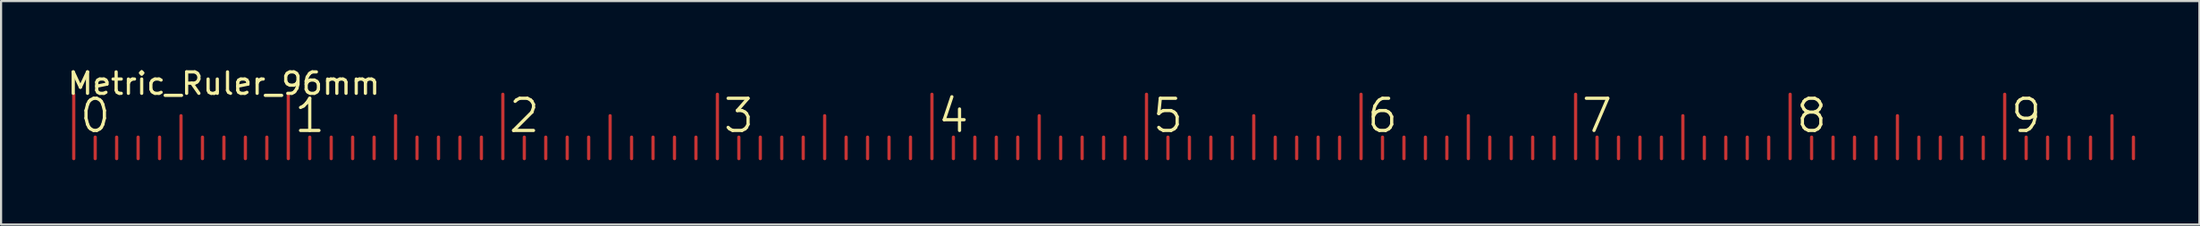
<source format=kicad_pcb>
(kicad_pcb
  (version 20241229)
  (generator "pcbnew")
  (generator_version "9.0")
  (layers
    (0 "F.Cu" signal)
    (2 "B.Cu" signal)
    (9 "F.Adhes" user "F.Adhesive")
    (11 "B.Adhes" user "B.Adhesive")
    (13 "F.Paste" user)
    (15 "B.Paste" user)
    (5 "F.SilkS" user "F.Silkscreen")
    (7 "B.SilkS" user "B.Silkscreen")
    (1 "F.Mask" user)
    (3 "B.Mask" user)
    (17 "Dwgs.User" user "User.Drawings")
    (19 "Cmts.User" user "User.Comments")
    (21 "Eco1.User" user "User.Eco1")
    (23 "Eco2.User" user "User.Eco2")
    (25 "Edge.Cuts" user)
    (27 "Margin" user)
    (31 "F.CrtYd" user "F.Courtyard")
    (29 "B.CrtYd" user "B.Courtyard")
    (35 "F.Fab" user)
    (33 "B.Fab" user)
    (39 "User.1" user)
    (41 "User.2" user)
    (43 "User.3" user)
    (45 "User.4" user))
  (footprint "Metric_Ruler_96mm"
    (layer "F.Cu")
    (at 7.387 0.348)
    (property "Reference" "Metric_Ruler_96mm" (at 0 0.5 0) (layer "F.SilkS") (effects (font (size 1 1) (thickness 0.15))))
    (attr through_hole)
    (fp_line (start -7 4) (end -7 1) (stroke (width 0.15) (type solid)) (layer "F.Cu"))
    (fp_line (start -6 4) (end -6 3) (stroke (width 0.15) (type solid)) (layer "F.Cu"))
    (fp_line (start -5 4) (end -5 3) (stroke (width 0.15) (type solid)) (layer "F.Cu"))
    (fp_line (start -4 4) (end -4 3) (stroke (width 0.15) (type solid)) (layer "F.Cu"))
    (fp_line (start -3 4) (end -3 3) (stroke (width 0.15) (type solid)) (layer "F.Cu"))
    (fp_line (start -2 4) (end -2 2) (stroke (width 0.15) (type solid)) (layer "F.Cu"))
    (fp_line (start -1 4) (end -1 3) (stroke (width 0.15) (type solid)) (layer "F.Cu"))
    (fp_line (start 0 4) (end 0 3) (stroke (width 0.15) (type solid)) (layer "F.Cu"))
    (fp_line (start 1 4) (end 1 3) (stroke (width 0.15) (type solid)) (layer "F.Cu"))
    (fp_line (start 2 4) (end 2 3) (stroke (width 0.15) (type solid)) (layer "F.Cu"))
    (fp_line (start 3 4) (end 3 1) (stroke (width 0.15) (type solid)) (layer "F.Cu"))
    (fp_line (start 4 4) (end 4 3) (stroke (width 0.15) (type solid)) (layer "F.Cu"))
    (fp_line (start 5 4) (end 5 3) (stroke (width 0.15) (type solid)) (layer "F.Cu"))
    (fp_line (start 6 4) (end 6 3) (stroke (width 0.15) (type solid)) (layer "F.Cu"))
    (fp_line (start 7 4) (end 7 3) (stroke (width 0.15) (type solid)) (layer "F.Cu"))
    (fp_line (start 8 4) (end 8 2) (stroke (width 0.15) (type solid)) (layer "F.Cu"))
    (fp_line (start 9 4) (end 9 3) (stroke (width 0.15) (type solid)) (layer "F.Cu"))
    (fp_line (start 10 4) (end 10 3) (stroke (width 0.15) (type solid)) (layer "F.Cu"))
    (fp_line (start 11 4) (end 11 3) (stroke (width 0.15) (type solid)) (layer "F.Cu"))
    (fp_line (start 12 4) (end 12 3) (stroke (width 0.15) (type solid)) (layer "F.Cu"))
    (fp_line (start 13 4) (end 13 1) (stroke (width 0.15) (type solid)) (layer "F.Cu"))
    (fp_line (start 14 4) (end 14 3) (stroke (width 0.15) (type solid)) (layer "F.Cu"))
    (fp_line (start 15 4) (end 15 3) (stroke (width 0.15) (type solid)) (layer "F.Cu"))
    (fp_line (start 16 4) (end 16 3) (stroke (width 0.15) (type solid)) (layer "F.Cu"))
    (fp_line (start 17 4) (end 17 3) (stroke (width 0.15) (type solid)) (layer "F.Cu"))
    (fp_line (start 18 4) (end 18 2) (stroke (width 0.15) (type solid)) (layer "F.Cu"))
    (fp_line (start 19 4) (end 19 3) (stroke (width 0.15) (type solid)) (layer "F.Cu"))
    (fp_line (start 20 4) (end 20 3) (stroke (width 0.15) (type solid)) (layer "F.Cu"))
    (fp_line (start 21 4) (end 21 3) (stroke (width 0.15) (type solid)) (layer "F.Cu"))
    (fp_line (start 22 4) (end 22 3) (stroke (width 0.15) (type solid)) (layer "F.Cu"))
    (fp_line (start 23 4) (end 23 1) (stroke (width 0.15) (type solid)) (layer "F.Cu"))
    (fp_line (start 24 4) (end 24 3) (stroke (width 0.15) (type solid)) (layer "F.Cu"))
    (fp_line (start 25 4) (end 25 3) (stroke (width 0.15) (type solid)) (layer "F.Cu"))
    (fp_line (start 26 4) (end 26 3) (stroke (width 0.15) (type solid)) (layer "F.Cu"))
    (fp_line (start 27 4) (end 27 3) (stroke (width 0.15) (type solid)) (layer "F.Cu"))
    (fp_line (start 28 4) (end 28 2) (stroke (width 0.15) (type solid)) (layer "F.Cu"))
    (fp_line (start 29 4) (end 29 3) (stroke (width 0.15) (type solid)) (layer "F.Cu"))
    (fp_line (start 30 4) (end 30 3) (stroke (width 0.15) (type solid)) (layer "F.Cu"))
    (fp_line (start 31 4) (end 31 3) (stroke (width 0.15) (type solid)) (layer "F.Cu"))
    (fp_line (start 32 4) (end 32 3) (stroke (width 0.15) (type solid)) (layer "F.Cu"))
    (fp_line (start 33 4) (end 33 1) (stroke (width 0.15) (type solid)) (layer "F.Cu"))
    (fp_line (start 34 4) (end 34 3) (stroke (width 0.15) (type solid)) (layer "F.Cu"))
    (fp_line (start 35 4) (end 35 3) (stroke (width 0.15) (type solid)) (layer "F.Cu"))
    (fp_line (start 36 4) (end 36 3) (stroke (width 0.15) (type solid)) (layer "F.Cu"))
    (fp_line (start 37 4) (end 37 3) (stroke (width 0.15) (type solid)) (layer "F.Cu"))
    (fp_line (start 38 4) (end 38 2) (stroke (width 0.15) (type solid)) (layer "F.Cu"))
    (fp_line (start 39 4) (end 39 3) (stroke (width 0.15) (type solid)) (layer "F.Cu"))
    (fp_line (start 40 4) (end 40 3) (stroke (width 0.15) (type solid)) (layer "F.Cu"))
    (fp_line (start 41 4) (end 41 3) (stroke (width 0.15) (type solid)) (layer "F.Cu"))
    (fp_line (start 42 4) (end 42 3) (stroke (width 0.15) (type solid)) (layer "F.Cu"))
    (fp_line (start 43 4) (end 43 1) (stroke (width 0.15) (type solid)) (layer "F.Cu"))
    (fp_line (start 44 4) (end 44 3) (stroke (width 0.15) (type solid)) (layer "F.Cu"))
    (fp_line (start 45 4) (end 45 3) (stroke (width 0.15) (type solid)) (layer "F.Cu"))
    (fp_line (start 46 4) (end 46 3) (stroke (width 0.15) (type solid)) (layer "F.Cu"))
    (fp_line (start 47 4) (end 47 3) (stroke (width 0.15) (type solid)) (layer "F.Cu"))
    (fp_line (start 48 4) (end 48 2) (stroke (width 0.15) (type solid)) (layer "F.Cu"))
    (fp_line (start 49 4) (end 49 3) (stroke (width 0.15) (type solid)) (layer "F.Cu"))
    (fp_line (start 50 4) (end 50 3) (stroke (width 0.15) (type solid)) (layer "F.Cu"))
    (fp_line (start 51 4) (end 51 3) (stroke (width 0.15) (type solid)) (layer "F.Cu"))
    (fp_line (start 52 4) (end 52 3) (stroke (width 0.15) (type solid)) (layer "F.Cu"))
    (fp_line (start 53 4) (end 53 1) (stroke (width 0.15) (type solid)) (layer "F.Cu"))
    (fp_line (start 54 4) (end 54 3) (stroke (width 0.15) (type solid)) (layer "F.Cu"))
    (fp_line (start 55 4) (end 55 3) (stroke (width 0.15) (type solid)) (layer "F.Cu"))
    (fp_line (start 56 4) (end 56 3) (stroke (width 0.15) (type solid)) (layer "F.Cu"))
    (fp_line (start 57 4) (end 57 3) (stroke (width 0.15) (type solid)) (layer "F.Cu"))
    (fp_line (start 58 4) (end 58 2) (stroke (width 0.15) (type solid)) (layer "F.Cu"))
    (fp_line (start 59 4) (end 59 3) (stroke (width 0.15) (type solid)) (layer "F.Cu"))
    (fp_line (start 60 4) (end 60 3) (stroke (width 0.15) (type solid)) (layer "F.Cu"))
    (fp_line (start 61 4) (end 61 3) (stroke (width 0.15) (type solid)) (layer "F.Cu"))
    (fp_line (start 62 4) (end 62 3) (stroke (width 0.15) (type solid)) (layer "F.Cu"))
    (fp_line (start 63 4) (end 63 1) (stroke (width 0.15) (type solid)) (layer "F.Cu"))
    (fp_line (start 64 4) (end 64 3) (stroke (width 0.15) (type solid)) (layer "F.Cu"))
    (fp_line (start 65 4) (end 65 3) (stroke (width 0.15) (type solid)) (layer "F.Cu"))
    (fp_line (start 66 4) (end 66 3) (stroke (width 0.15) (type solid)) (layer "F.Cu"))
    (fp_line (start 67 4) (end 67 3) (stroke (width 0.15) (type solid)) (layer "F.Cu"))
    (fp_line (start 68 4) (end 68 2) (stroke (width 0.15) (type solid)) (layer "F.Cu"))
    (fp_line (start 69 4) (end 69 3) (stroke (width 0.15) (type solid)) (layer "F.Cu"))
    (fp_line (start 70 4) (end 70 3) (stroke (width 0.15) (type solid)) (layer "F.Cu"))
    (fp_line (start 71 4) (end 71 3) (stroke (width 0.15) (type solid)) (layer "F.Cu"))
    (fp_line (start 72 4) (end 72 3) (stroke (width 0.15) (type solid)) (layer "F.Cu"))
    (fp_line (start 73 4) (end 73 1) (stroke (width 0.15) (type solid)) (layer "F.Cu"))
    (fp_line (start 74 4) (end 74 3) (stroke (width 0.15) (type solid)) (layer "F.Cu"))
    (fp_line (start 75 4) (end 75 3) (stroke (width 0.15) (type solid)) (layer "F.Cu"))
    (fp_line (start 76 4) (end 76 3) (stroke (width 0.15) (type solid)) (layer "F.Cu"))
    (fp_line (start 77 4) (end 77 3) (stroke (width 0.15) (type solid)) (layer "F.Cu"))
    (fp_line (start 78 4) (end 78 2) (stroke (width 0.15) (type solid)) (layer "F.Cu"))
    (fp_line (start 79 4) (end 79 3) (stroke (width 0.15) (type solid)) (layer "F.Cu"))
    (fp_line (start 80 4) (end 80 3) (stroke (width 0.15) (type solid)) (layer "F.Cu"))
    (fp_line (start 81 4) (end 81 3) (stroke (width 0.15) (type solid)) (layer "F.Cu"))
    (fp_line (start 82 4) (end 82 3) (stroke (width 0.15) (type solid)) (layer "F.Cu"))
    (fp_line (start 83 4) (end 83 1) (stroke (width 0.15) (type solid)) (layer "F.Cu"))
    (fp_line (start 84 4) (end 84 3) (stroke (width 0.15) (type solid)) (layer "F.Cu"))
    (fp_line (start 85 4) (end 85 3) (stroke (width 0.15) (type solid)) (layer "F.Cu"))
    (fp_line (start 86 4) (end 86 3) (stroke (width 0.15) (type solid)) (layer "F.Cu"))
    (fp_line (start 87 4) (end 87 3) (stroke (width 0.15) (type solid)) (layer "F.Cu"))
    (fp_line (start 88 4) (end 88 2) (stroke (width 0.15) (type solid)) (layer "F.Cu"))
    (fp_line (start 89 4) (end 89 3) (stroke (width 0.15) (type solid)) (layer "F.Cu"))
    (fp_line (start -7 1) (end -7 1) (stroke (width 0.15) (type solid)) (layer "F.Mask"))
    (fp_line (start -7 4) (end -7 1) (stroke (width 0.15) (type solid)) (layer "F.Mask"))
    (fp_line (start -6 4) (end -6 3) (stroke (width 0.15) (type solid)) (layer "F.Mask"))
    (fp_line (start -5 4) (end -5 3) (stroke (width 0.15) (type solid)) (layer "F.Mask"))
    (fp_line (start -4 4) (end -4 3) (stroke (width 0.15) (type solid)) (layer "F.Mask"))
    (fp_line (start -3 4) (end -3 3) (stroke (width 0.15) (type solid)) (layer "F.Mask"))
    (fp_line (start -2 4) (end -2 2) (stroke (width 0.15) (type solid)) (layer "F.Mask"))
    (fp_line (start -1 4) (end -1 3) (stroke (width 0.15) (type solid)) (layer "F.Mask"))
    (fp_line (start 0 4) (end 0 3) (stroke (width 0.15) (type solid)) (layer "F.Mask"))
    (fp_line (start 1 4) (end 1 3) (stroke (width 0.15) (type solid)) (layer "F.Mask"))
    (fp_line (start 2 4) (end 2 3) (stroke (width 0.15) (type solid)) (layer "F.Mask"))
    (fp_line (start 3 4) (end 3 1) (stroke (width 0.15) (type solid)) (layer "F.Mask"))
    (fp_line (start 4 4) (end 4 3) (stroke (width 0.15) (type solid)) (layer "F.Mask"))
    (fp_line (start 5 4) (end 5 3) (stroke (width 0.15) (type solid)) (layer "F.Mask"))
    (fp_line (start 6 4) (end 6 3) (stroke (width 0.15) (type solid)) (layer "F.Mask"))
    (fp_line (start 7 4) (end 7 3) (stroke (width 0.15) (type solid)) (layer "F.Mask"))
    (fp_line (start 8 4) (end 8 2) (stroke (width 0.15) (type solid)) (layer "F.Mask"))
    (fp_line (start 9 4) (end 9 3) (stroke (width 0.15) (type solid)) (layer "F.Mask"))
    (fp_line (start 10 4) (end 10 3) (stroke (width 0.15) (type solid)) (layer "F.Mask"))
    (fp_line (start 11 4) (end 11 3) (stroke (width 0.15) (type solid)) (layer "F.Mask"))
    (fp_line (start 12 4) (end 12 3) (stroke (width 0.15) (type solid)) (layer "F.Mask"))
    (fp_line (start 13 4) (end 13 1) (stroke (width 0.15) (type solid)) (layer "F.Mask"))
    (fp_line (start 14 4) (end 14 3) (stroke (width 0.15) (type solid)) (layer "F.Mask"))
    (fp_line (start 15 4) (end 15 3) (stroke (width 0.15) (type solid)) (layer "F.Mask"))
    (fp_line (start 16 4) (end 16 3) (stroke (width 0.15) (type solid)) (layer "F.Mask"))
    (fp_line (start 17 4) (end 17 3) (stroke (width 0.15) (type solid)) (layer "F.Mask"))
    (fp_line (start 18 4) (end 18 2) (stroke (width 0.15) (type solid)) (layer "F.Mask"))
    (fp_line (start 19 4) (end 19 3) (stroke (width 0.15) (type solid)) (layer "F.Mask"))
    (fp_line (start 20 4) (end 20 3) (stroke (width 0.15) (type solid)) (layer "F.Mask"))
    (fp_line (start 21 4) (end 21 3) (stroke (width 0.15) (type solid)) (layer "F.Mask"))
    (fp_line (start 22 4) (end 22 3) (stroke (width 0.15) (type solid)) (layer "F.Mask"))
    (fp_line (start 23 4) (end 23 1) (stroke (width 0.15) (type solid)) (layer "F.Mask"))
    (fp_line (start 24 4) (end 24 3) (stroke (width 0.15) (type solid)) (layer "F.Mask"))
    (fp_line (start 25 4) (end 25 3) (stroke (width 0.15) (type solid)) (layer "F.Mask"))
    (fp_line (start 26 4) (end 26 3) (stroke (width 0.15) (type solid)) (layer "F.Mask"))
    (fp_line (start 27 4) (end 27 3) (stroke (width 0.15) (type solid)) (layer "F.Mask"))
    (fp_line (start 28 4) (end 28 2) (stroke (width 0.15) (type solid)) (layer "F.Mask"))
    (fp_line (start 29 4) (end 29 3) (stroke (width 0.15) (type solid)) (layer "F.Mask"))
    (fp_line (start 30 4) (end 30 3) (stroke (width 0.15) (type solid)) (layer "F.Mask"))
    (fp_line (start 31 4) (end 31 3) (stroke (width 0.15) (type solid)) (layer "F.Mask"))
    (fp_line (start 32 4) (end 32 3) (stroke (width 0.15) (type solid)) (layer "F.Mask"))
    (fp_line (start 33 4) (end 33 1) (stroke (width 0.15) (type solid)) (layer "F.Mask"))
    (fp_line (start 34 4) (end 34 3) (stroke (width 0.15) (type solid)) (layer "F.Mask"))
    (fp_line (start 35 4) (end 35 3) (stroke (width 0.15) (type solid)) (layer "F.Mask"))
    (fp_line (start 36 4) (end 36 3) (stroke (width 0.15) (type solid)) (layer "F.Mask"))
    (fp_line (start 37 4) (end 37 3) (stroke (width 0.15) (type solid)) (layer "F.Mask"))
    (fp_line (start 38 4) (end 38 2) (stroke (width 0.15) (type solid)) (layer "F.Mask"))
    (fp_line (start 39 4) (end 39 3) (stroke (width 0.15) (type solid)) (layer "F.Mask"))
    (fp_line (start 40 4) (end 40 3) (stroke (width 0.15) (type solid)) (layer "F.Mask"))
    (fp_line (start 41 4) (end 41 3) (stroke (width 0.15) (type solid)) (layer "F.Mask"))
    (fp_line (start 42 4) (end 42 3) (stroke (width 0.15) (type solid)) (layer "F.Mask"))
    (fp_line (start 43 4) (end 43 1) (stroke (width 0.15) (type solid)) (layer "F.Mask"))
    (fp_line (start 44 4) (end 44 3) (stroke (width 0.15) (type solid)) (layer "F.Mask"))
    (fp_line (start 45 4) (end 45 3) (stroke (width 0.15) (type solid)) (layer "F.Mask"))
    (fp_line (start 46 4) (end 46 3) (stroke (width 0.15) (type solid)) (layer "F.Mask"))
    (fp_line (start 47 4) (end 47 3) (stroke (width 0.15) (type solid)) (layer "F.Mask"))
    (fp_line (start 48 4) (end 48 2) (stroke (width 0.15) (type solid)) (layer "F.Mask"))
    (fp_line (start 49 4) (end 49 3) (stroke (width 0.15) (type solid)) (layer "F.Mask"))
    (fp_line (start 50 4) (end 50 3) (stroke (width 0.15) (type solid)) (layer "F.Mask"))
    (fp_line (start 51 4) (end 51 3) (stroke (width 0.15) (type solid)) (layer "F.Mask"))
    (fp_line (start 52 4) (end 52 3) (stroke (width 0.15) (type solid)) (layer "F.Mask"))
    (fp_line (start 53 4) (end 53 1) (stroke (width 0.15) (type solid)) (layer "F.Mask"))
    (fp_line (start 54 4) (end 54 3) (stroke (width 0.15) (type solid)) (layer "F.Mask"))
    (fp_line (start 55 4) (end 55 3) (stroke (width 0.15) (type solid)) (layer "F.Mask"))
    (fp_line (start 56 4) (end 56 3) (stroke (width 0.15) (type solid)) (layer "F.Mask"))
    (fp_line (start 57 4) (end 57 3) (stroke (width 0.15) (type solid)) (layer "F.Mask"))
    (fp_line (start 58 4) (end 58 2) (stroke (width 0.15) (type solid)) (layer "F.Mask"))
    (fp_line (start 59 4) (end 59 3) (stroke (width 0.15) (type solid)) (layer "F.Mask"))
    (fp_line (start 60 4) (end 60 3) (stroke (width 0.15) (type solid)) (layer "F.Mask"))
    (fp_line (start 61 4) (end 61 3) (stroke (width 0.15) (type solid)) (layer "F.Mask"))
    (fp_line (start 62 4) (end 62 3) (stroke (width 0.15) (type solid)) (layer "F.Mask"))
    (fp_line (start 63 4) (end 63 1) (stroke (width 0.15) (type solid)) (layer "F.Mask"))
    (fp_line (start 64 4) (end 64 3) (stroke (width 0.15) (type solid)) (layer "F.Mask"))
    (fp_line (start 65 4) (end 65 3) (stroke (width 0.15) (type solid)) (layer "F.Mask"))
    (fp_line (start 66 4) (end 66 3) (stroke (width 0.15) (type solid)) (layer "F.Mask"))
    (fp_line (start 67 4) (end 67 3) (stroke (width 0.15) (type solid)) (layer "F.Mask"))
    (fp_line (start 68 4) (end 68 2) (stroke (width 0.15) (type solid)) (layer "F.Mask"))
    (fp_line (start 69 4) (end 69 3) (stroke (width 0.15) (type solid)) (layer "F.Mask"))
    (fp_line (start 70 4) (end 70 3) (stroke (width 0.15) (type solid)) (layer "F.Mask"))
    (fp_line (start 71 4) (end 71 3) (stroke (width 0.15) (type solid)) (layer "F.Mask"))
    (fp_line (start 72 4) (end 72 3) (stroke (width 0.15) (type solid)) (layer "F.Mask"))
    (fp_line (start 73 4) (end 73 1) (stroke (width 0.15) (type solid)) (layer "F.Mask"))
    (fp_line (start 74 4) (end 74 3) (stroke (width 0.15) (type solid)) (layer "F.Mask"))
    (fp_line (start 75 4) (end 75 3) (stroke (width 0.15) (type solid)) (layer "F.Mask"))
    (fp_line (start 76 4) (end 76 3) (stroke (width 0.15) (type solid)) (layer "F.Mask"))
    (fp_line (start 77 4) (end 77 3) (stroke (width 0.15) (type solid)) (layer "F.Mask"))
    (fp_line (start 78 4) (end 78 2) (stroke (width 0.15) (type solid)) (layer "F.Mask"))
    (fp_line (start 79 4) (end 79 3) (stroke (width 0.15) (type solid)) (layer "F.Mask"))
    (fp_line (start 80 4) (end 80 3) (stroke (width 0.15) (type solid)) (layer "F.Mask"))
    (fp_line (start 81 4) (end 81 3) (stroke (width 0.15) (type solid)) (layer "F.Mask"))
    (fp_line (start 82 4) (end 82 3) (stroke (width 0.15) (type solid)) (layer "F.Mask"))
    (fp_line (start 83 4) (end 83 1) (stroke (width 0.15) (type solid)) (layer "F.Mask"))
    (fp_line (start 84 4) (end 84 3) (stroke (width 0.15) (type solid)) (layer "F.Mask"))
    (fp_line (start 85 4) (end 85 3) (stroke (width 0.15) (type solid)) (layer "F.Mask"))
    (fp_line (start 86 4) (end 86 3) (stroke (width 0.15) (type solid)) (layer "F.Mask"))
    (fp_line (start 87 4) (end 87 3) (stroke (width 0.15) (type solid)) (layer "F.Mask"))
    (fp_line (start 88 4) (end 88 2) (stroke (width 0.15) (type solid)) (layer "F.Mask"))
    (fp_line (start 89 4) (end 89 3) (stroke (width 0.15) (type solid)) (layer "F.Mask"))
    (fp_text user "9" (at 84 2 0) (layer "F.SilkS") (effects (font (size 1.5 1.5) (thickness 0.15))))
    (fp_text user "3" (at 24 2 0) (layer "F.SilkS") (effects (font (size 1.5 1.5) (thickness 0.15))))
    (fp_text user "2" (at 14 2 0) (layer "F.SilkS") (effects (font (size 1.5 1.5) (thickness 0.15))))
    (fp_text user "7" (at 64 2 0) (layer "F.SilkS") (effects (font (size 1.5 1.5) (thickness 0.15))))
    (fp_text user "0" (at -6 2 0) (layer "F.SilkS") (effects (font (size 1.5 1.5) (thickness 0.15))))
    (fp_text user "1" (at 4 2 0) (layer "F.SilkS") (effects (font (size 1.5 1.5) (thickness 0.15))))
    (fp_text user "4" (at 34 2 0) (layer "F.SilkS") (effects (font (size 1.5 1.5) (thickness 0.15))))
    (fp_text user "8" (at 74 2 0) (layer "F.SilkS") (effects (font (size 1.5 1.5) (thickness 0.15))))
    (fp_text user "6" (at 54 2 0) (layer "F.SilkS") (effects (font (size 1.5 1.5) (thickness 0.15))))
    (fp_text user "5" (at 44 2 0) (layer "F.SilkS") (effects (font (size 1.5 1.5) (thickness 0.15)))))
  (gr_rect
    (start -3 -3)
    (end 99.462 7.423)
    (stroke (width 0.1) (type default))
    (fill no)
    (layer "Edge.Cuts")))
</source>
